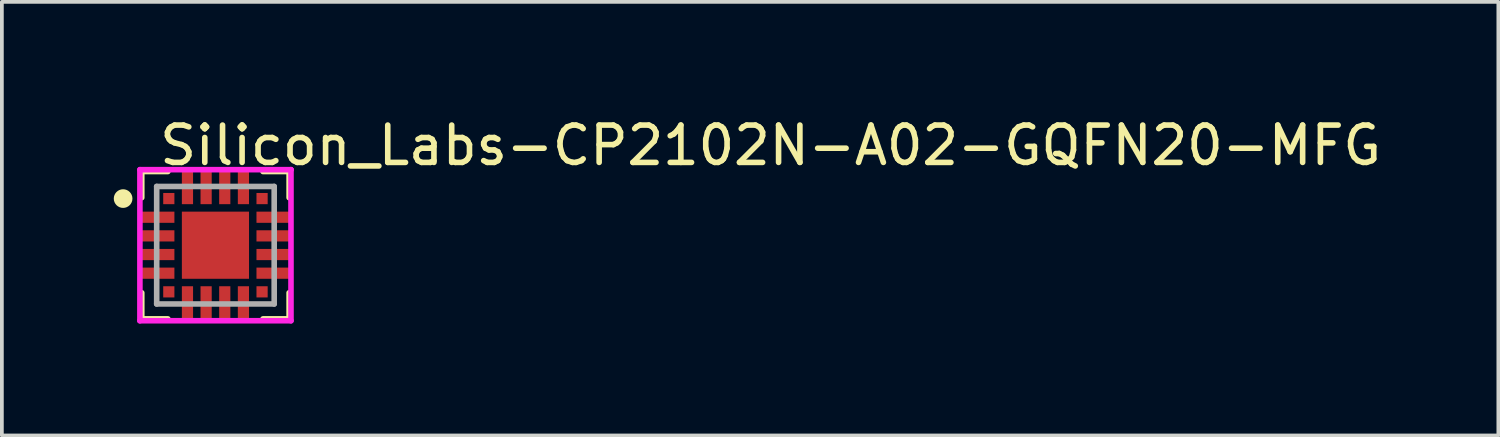
<source format=kicad_pcb>
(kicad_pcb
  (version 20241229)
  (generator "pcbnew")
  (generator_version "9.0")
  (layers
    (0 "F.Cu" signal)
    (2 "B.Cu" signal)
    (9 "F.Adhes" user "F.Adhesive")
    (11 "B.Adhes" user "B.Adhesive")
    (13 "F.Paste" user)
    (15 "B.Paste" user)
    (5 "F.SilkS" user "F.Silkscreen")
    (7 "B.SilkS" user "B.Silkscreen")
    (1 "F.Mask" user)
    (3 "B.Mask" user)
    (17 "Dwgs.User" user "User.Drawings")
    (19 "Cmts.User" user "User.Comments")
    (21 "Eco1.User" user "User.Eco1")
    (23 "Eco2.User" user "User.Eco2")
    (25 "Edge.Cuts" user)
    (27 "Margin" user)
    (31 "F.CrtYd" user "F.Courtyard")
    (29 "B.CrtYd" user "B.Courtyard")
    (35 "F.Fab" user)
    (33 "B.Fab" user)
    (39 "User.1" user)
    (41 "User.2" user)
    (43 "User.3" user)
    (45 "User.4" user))
  (footprint "Silicon_Labs-CP2102N-A02-GQFN20-MFG"
    (layer "F.Cu")
    (at 2.725 3.523)
    (property "Reference" "Silicon_Labs-CP2102N-A02-GQFN20-MFG" (at -1.575 -2.675 0) (layer "F.SilkS") (effects (font (size 1 1) (thickness 0.15)) (justify left)))
    (attr through_hole)
    (fp_line (start -1.975 -1.975) (end -1.275 -1.975) (stroke (width 0.15) (type solid)) (layer "F.SilkS"))
    (fp_line (start -1.975 -1.275) (end -1.975 -1.975) (stroke (width 0.15) (type solid)) (layer "F.SilkS"))
    (fp_line (start -1.975 1.975) (end -1.975 1.275) (stroke (width 0.15) (type solid)) (layer "F.SilkS"))
    (fp_line (start -1.975 1.975) (end -1.275 1.975) (stroke (width 0.15) (type solid)) (layer "F.SilkS"))
    (fp_line (start 1.275 -1.975) (end 1.975 -1.975) (stroke (width 0.15) (type solid)) (layer "F.SilkS"))
    (fp_line (start 1.275 1.975) (end 1.975 1.975) (stroke (width 0.15) (type solid)) (layer "F.SilkS"))
    (fp_line (start 1.975 -1.275) (end 1.975 -1.975) (stroke (width 0.15) (type solid)) (layer "F.SilkS"))
    (fp_line (start 1.975 1.975) (end 1.975 1.275) (stroke (width 0.15) (type solid)) (layer "F.SilkS"))
    (fp_circle (center -2.475 -1.25) (end -2.35 -1.25) (stroke (width 0.25) (type solid)) (fill no) (layer "F.SilkS"))
    (fp_line (start -2.025 -2.025) (end -2.025 2.025) (stroke (width 0.15) (type solid)) (layer "F.CrtYd"))
    (fp_line (start -2.025 2.025) (end 2.025 2.025) (stroke (width 0.15) (type solid)) (layer "F.CrtYd"))
    (fp_line (start 2.025 -2.025) (end -2.025 -2.025) (stroke (width 0.15) (type solid)) (layer "F.CrtYd"))
    (fp_line (start 2.025 -2.025) (end 2.025 -2.025) (stroke (width 0.15) (type solid)) (layer "F.CrtYd"))
    (fp_line (start 2.025 2.025) (end 2.025 -2.025) (stroke (width 0.15) (type solid)) (layer "F.CrtYd"))
    (fp_line (start -1.575 -1.575) (end 1.575 -1.575) (stroke (width 0.15) (type solid)) (layer "F.Fab"))
    (fp_line (start -1.575 1.575) (end -1.575 -1.575) (stroke (width 0.15) (type solid)) (layer "F.Fab"))
    (fp_line (start 1.575 -1.575) (end 1.575 1.575) (stroke (width 0.15) (type solid)) (layer "F.Fab"))
    (fp_line (start 1.575 1.575) (end -1.575 1.575) (stroke (width 0.15) (type solid)) (layer "F.Fab"))
    (pad "" smd rect (at -0.475 -0.475) (size 0.75 0.75) (layers "F.Paste"))
    (pad "" smd rect (at -0.475 0.475) (size 0.75 0.75) (layers "F.Paste"))
    (pad "" smd rect (at 0.475 -0.475) (size 0.75 0.75) (layers "F.Paste"))
    (pad "" smd rect (at 0.475 0.475) (size 0.75 0.75) (layers "F.Paste"))
    (pad "1" smd rect (at -1.25 -1.25) (size 0.3 0.3) (layers "F.Cu" "F.Mask" "F.Paste"))
    (pad "2" smd rect (at -1.55 -0.75) (size 0.9 0.3) (layers "F.Cu" "F.Mask" "F.Paste"))
    (pad "3" smd rect (at -1.55 -0.25) (size 0.9 0.3) (layers "F.Cu" "F.Mask" "F.Paste"))
    (pad "4" smd rect (at -1.55 0.25) (size 0.9 0.3) (layers "F.Cu" "F.Mask" "F.Paste"))
    (pad "5" smd rect (at -1.55 0.75) (size 0.9 0.3) (layers "F.Cu" "F.Mask" "F.Paste"))
    (pad "6" smd rect (at -1.25 1.25) (size 0.3 0.3) (layers "F.Cu" "F.Mask" "F.Paste"))
    (pad "7" smd rect (at -0.75 1.55) (size 0.3 0.9) (layers "F.Cu" "F.Mask" "F.Paste"))
    (pad "8" smd rect (at -0.25 1.55) (size 0.3 0.9) (layers "F.Cu" "F.Mask" "F.Paste"))
    (pad "9" smd rect (at 0.25 1.55) (size 0.3 0.9) (layers "F.Cu" "F.Mask" "F.Paste"))
    (pad "10" smd rect (at 0.75 1.55) (size 0.3 0.9) (layers "F.Cu" "F.Mask" "F.Paste"))
    (pad "11" smd rect (at 1.25 1.25) (size 0.3 0.3) (layers "F.Cu" "F.Mask" "F.Paste"))
    (pad "12" smd rect (at 1.55 0.75) (size 0.9 0.3) (layers "F.Cu" "F.Mask" "F.Paste"))
    (pad "13" smd rect (at 1.55 0.25) (size 0.9 0.3) (layers "F.Cu" "F.Mask" "F.Paste"))
    (pad "14" smd rect (at 1.55 -0.25) (size 0.9 0.3) (layers "F.Cu" "F.Mask" "F.Paste"))
    (pad "15" smd rect (at 1.55 -0.75) (size 0.9 0.3) (layers "F.Cu" "F.Mask" "F.Paste"))
    (pad "16" smd rect (at 1.25 -1.25) (size 0.3 0.3) (layers "F.Cu" "F.Mask" "F.Paste"))
    (pad "17" smd rect (at 0.75 -1.55) (size 0.3 0.9) (layers "F.Cu" "F.Mask" "F.Paste"))
    (pad "18" smd rect (at 0.25 -1.55) (size 0.3 0.9) (layers "F.Cu" "F.Mask" "F.Paste"))
    (pad "19" smd rect (at -0.25 -1.55) (size 0.3 0.9) (layers "F.Cu" "F.Mask" "F.Paste"))
    (pad "20" smd rect (at -0.75 -1.55) (size 0.3 0.9) (layers "F.Cu" "F.Mask" "F.Paste"))
    (pad "21" smd rect (at 0 0) (size 1.8 1.8) (layers "F.Cu" "F.Mask")))
  (gr_rect
    (start -3 -3)
    (end 37.114 8.623)
    (stroke (width 0.1) (type default))
    (fill no)
    (layer "Edge.Cuts")))
</source>
